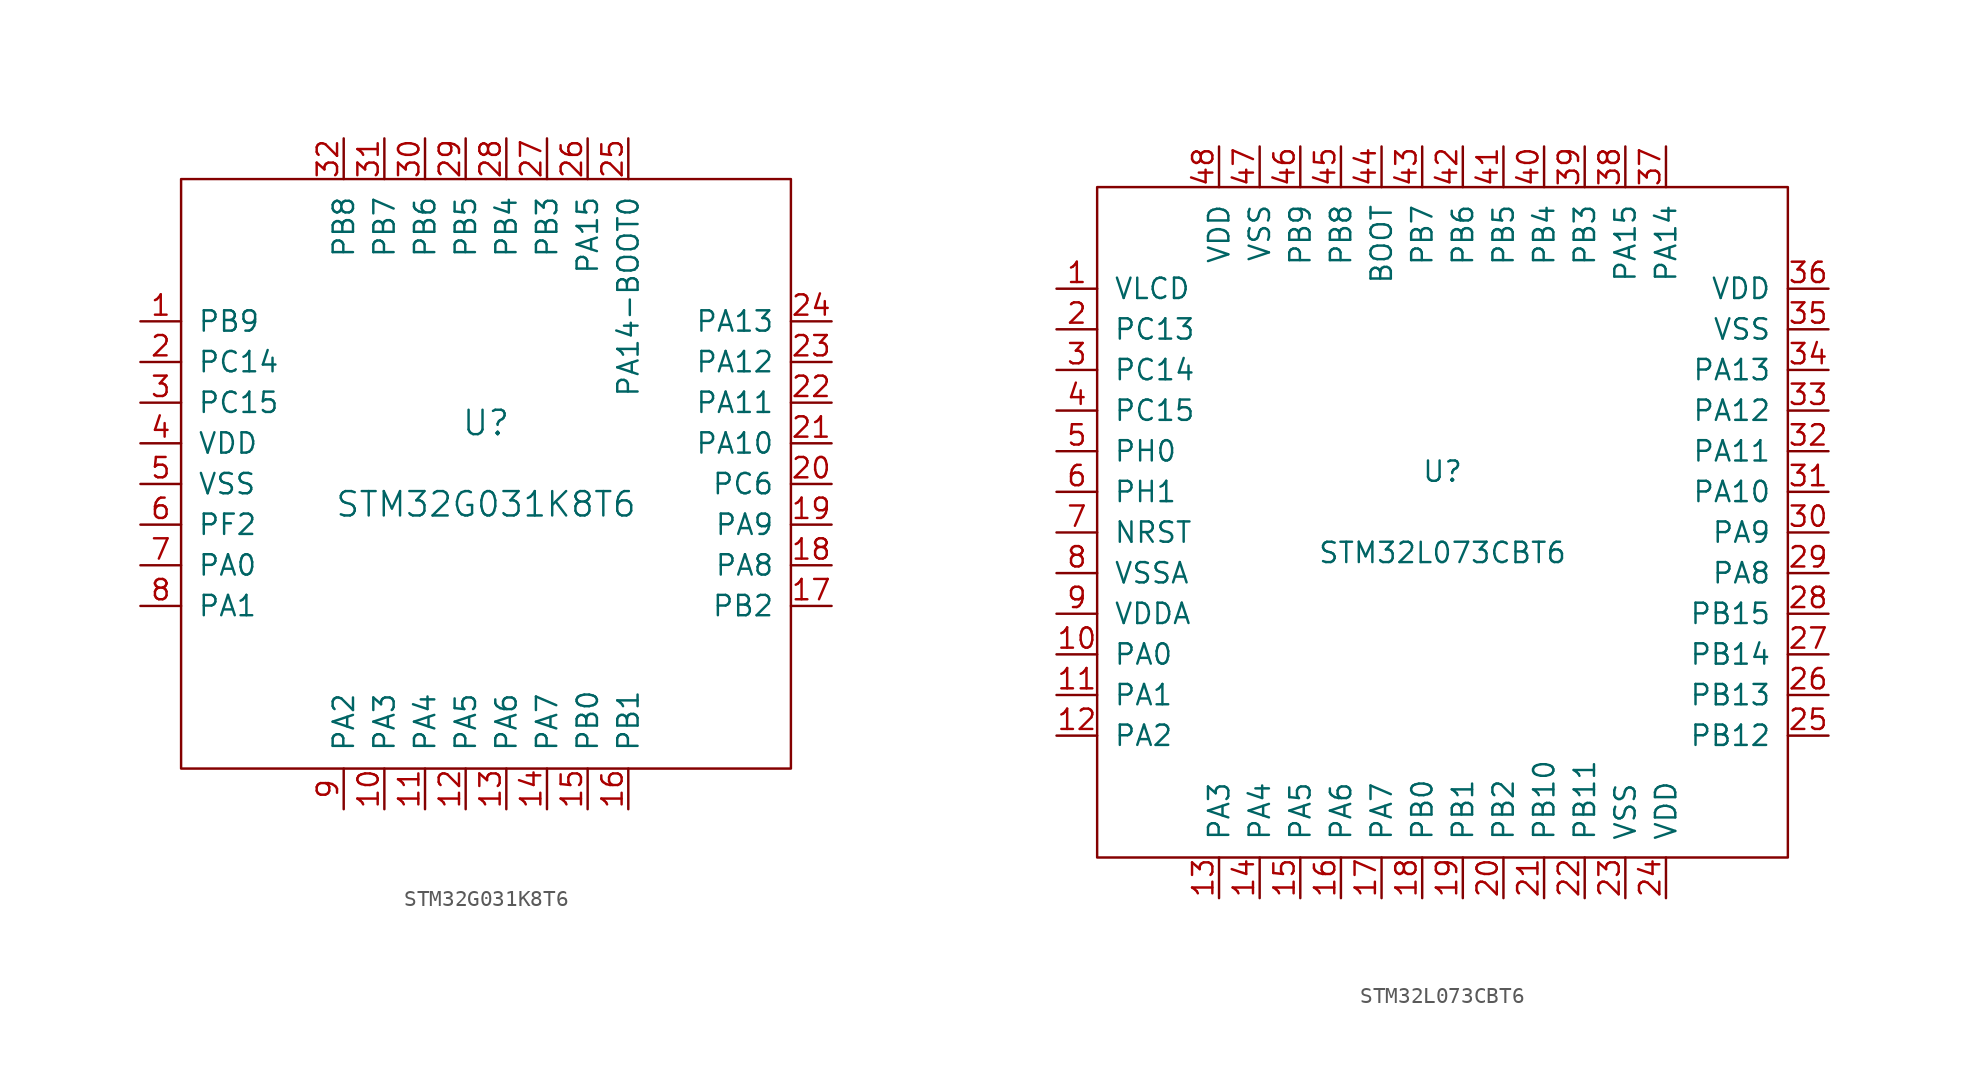
<source format=kicad_sym>
(kicad_symbol_lib
  (version 20201005)
  (generator kicad_symbol_editor)
  (symbol "STM32G031K8T6"
    (pin_names
      (offset 1.016))
    (property "Reference" "U"
      (at 0 2.54 0)
      (effects (font (size 1.524 1.524))))
    (property "Value" "STM32G031K8T6"
      (at 0 -2.54 0)
      (effects (font (size 1.524 1.524))))
    (symbol "STM32G031K8T6_0_1"
      (rectangle (start -19.05 17.78) (end 19.05 -19.05) (stroke (width 0)) (fill (type none))))
    (symbol "STM32G031K8T6_1_1"
      (pin bidirectional line (at -21.59 8.89 0) (length 2.54) (name "PB9" (effects (font (size 1.27 1.27)))) (number "1" (effects (font (size 1.27 1.27)))))
      (pin bidirectional line (at -6.35 -21.59 90) (length 2.54) (name "PA3" (effects (font (size 1.27 1.27)))) (number "10" (effects (font (size 1.27 1.27)))))
      (pin bidirectional line (at -3.81 -21.59 90) (length 2.54) (name "PA4" (effects (font (size 1.27 1.27)))) (number "11" (effects (font (size 1.27 1.27)))))
      (pin bidirectional line (at -1.27 -21.59 90) (length 2.54) (name "PA5" (effects (font (size 1.27 1.27)))) (number "12" (effects (font (size 1.27 1.27)))))
      (pin bidirectional line (at 1.27 -21.59 90) (length 2.54) (name "PA6" (effects (font (size 1.27 1.27)))) (number "13" (effects (font (size 1.27 1.27)))))
      (pin bidirectional line (at 3.81 -21.59 90) (length 2.54) (name "PA7" (effects (font (size 1.27 1.27)))) (number "14" (effects (font (size 1.27 1.27)))))
      (pin bidirectional line (at 6.35 -21.59 90) (length 2.54) (name "PB0" (effects (font (size 1.27 1.27)))) (number "15" (effects (font (size 1.27 1.27)))))
      (pin bidirectional line (at 8.89 -21.59 90) (length 2.54) (name "PB1" (effects (font (size 1.27 1.27)))) (number "16" (effects (font (size 1.27 1.27)))))
      (pin bidirectional line (at 21.59 -8.89 180) (length 2.54) (name "PB2" (effects (font (size 1.27 1.27)))) (number "17" (effects (font (size 1.27 1.27)))))
      (pin bidirectional line (at 21.59 -6.35 180) (length 2.54) (name "PA8" (effects (font (size 1.27 1.27)))) (number "18" (effects (font (size 1.27 1.27)))))
      (pin bidirectional line (at 21.59 -3.81 180) (length 2.54) (name "PA9" (effects (font (size 1.27 1.27)))) (number "19" (effects (font (size 1.27 1.27)))))
      (pin bidirectional line (at -21.59 6.35 0) (length 2.54) (name "PC14" (effects (font (size 1.27 1.27)))) (number "2" (effects (font (size 1.27 1.27)))))
      (pin bidirectional line (at 21.59 -1.27 180) (length 2.54) (name "PC6" (effects (font (size 1.27 1.27)))) (number "20" (effects (font (size 1.27 1.27)))))
      (pin bidirectional line (at 21.59 1.27 180) (length 2.54) (name "PA10" (effects (font (size 1.27 1.27)))) (number "21" (effects (font (size 1.27 1.27)))))
      (pin power_in line (at 21.59 3.81 180) (length 2.54) (name "PA11" (effects (font (size 1.27 1.27)))) (number "22" (effects (font (size 1.27 1.27)))))
      (pin bidirectional line (at 21.59 6.35 180) (length 2.54) (name "PA12" (effects (font (size 1.27 1.27)))) (number "23" (effects (font (size 1.27 1.27)))))
      (pin bidirectional line (at 21.59 8.89 180) (length 2.54) (name "PA13" (effects (font (size 1.27 1.27)))) (number "24" (effects (font (size 1.27 1.27)))))
      (pin bidirectional line (at 8.89 20.32 270) (length 2.54) (name "PA14-BOOT0" (effects (font (size 1.27 1.27)))) (number "25" (effects (font (size 1.27 1.27)))))
      (pin bidirectional line (at 6.35 20.32 270) (length 2.54) (name "PA15" (effects (font (size 1.27 1.27)))) (number "26" (effects (font (size 1.27 1.27)))))
      (pin bidirectional line (at 3.81 20.32 270) (length 2.54) (name "PB3" (effects (font (size 1.27 1.27)))) (number "27" (effects (font (size 1.27 1.27)))))
      (pin bidirectional line (at 1.27 20.32 270) (length 2.54) (name "PB4" (effects (font (size 1.27 1.27)))) (number "28" (effects (font (size 1.27 1.27)))))
      (pin bidirectional line (at -1.27 20.32 270) (length 2.54) (name "PB5" (effects (font (size 1.27 1.27)))) (number "29" (effects (font (size 1.27 1.27)))))
      (pin bidirectional line (at -21.59 3.81 0) (length 2.54) (name "PC15" (effects (font (size 1.27 1.27)))) (number "3" (effects (font (size 1.27 1.27)))))
      (pin bidirectional line (at -3.81 20.32 270) (length 2.54) (name "PB6" (effects (font (size 1.27 1.27)))) (number "30" (effects (font (size 1.27 1.27)))))
      (pin bidirectional line (at -6.35 20.32 270) (length 2.54) (name "PB7" (effects (font (size 1.27 1.27)))) (number "31" (effects (font (size 1.27 1.27)))))
      (pin bidirectional line (at -8.89 20.32 270) (length 2.54) (name "PB8" (effects (font (size 1.27 1.27)))) (number "32" (effects (font (size 1.27 1.27)))))
      (pin power_in line (at -21.59 1.27 0) (length 2.54) (name "VDD" (effects (font (size 1.27 1.27)))) (number "4" (effects (font (size 1.27 1.27)))))
      (pin power_in line (at -21.59 -1.27 0) (length 2.54) (name "VSS" (effects (font (size 1.27 1.27)))) (number "5" (effects (font (size 1.27 1.27)))))
      (pin bidirectional line (at -21.59 -3.81 0) (length 2.54) (name "PF2" (effects (font (size 1.27 1.27)))) (number "6" (effects (font (size 1.27 1.27)))))
      (pin bidirectional line (at -21.59 -6.35 0) (length 2.54) (name "PA0" (effects (font (size 1.27 1.27)))) (number "7" (effects (font (size 1.27 1.27)))))
      (pin bidirectional line (at -21.59 -8.89 0) (length 2.54) (name "PA1" (effects (font (size 1.27 1.27)))) (number "8" (effects (font (size 1.27 1.27)))))
      (pin bidirectional line (at -8.89 -21.59 90) (length 2.54) (name "PA2" (effects (font (size 1.27 1.27)))) (number "9" (effects (font (size 1.27 1.27)))))))
  (symbol "STM32L073CBT6"
    (pin_names
      (offset 1.016))
    (property "Reference" "U"
      (at 0 2.54 0)
      (effects (font (size 1.27 1.27))))
    (property "Value" "STM32L073CBT6"
      (at 0 -2.54 0)
      (effects (font (size 1.27 1.27))))
    (symbol "STM32L073CBT6_0_0"
      (pin bidirectional line (at -24.13 3.81 0) (length 2.54) (name "PH0" (effects (font (size 1.27 1.27)))) (number "5" (effects (font (size 1.27 1.27))))))
    (symbol "STM32L073CBT6_0_1"
      (rectangle (start -21.59 20.32) (end 21.59 -21.59) (stroke (width 0)) (fill (type none))))
    (symbol "STM32L073CBT6_1_1"
      (pin power_in line (at -24.13 13.97 0) (length 2.54) (name "VLCD" (effects (font (size 1.27 1.27)))) (number "1" (effects (font (size 1.27 1.27)))))
      (pin bidirectional line (at -24.13 -8.89 0) (length 2.54) (name "PA0" (effects (font (size 1.27 1.27)))) (number "10" (effects (font (size 1.27 1.27)))))
      (pin bidirectional line (at -24.13 -11.43 0) (length 2.54) (name "PA1" (effects (font (size 1.27 1.27)))) (number "11" (effects (font (size 1.27 1.27)))))
      (pin bidirectional line (at -24.13 -13.97 0) (length 2.54) (name "PA2" (effects (font (size 1.27 1.27)))) (number "12" (effects (font (size 1.27 1.27)))))
      (pin bidirectional line (at -13.97 -24.13 90) (length 2.54) (name "PA3" (effects (font (size 1.27 1.27)))) (number "13" (effects (font (size 1.27 1.27)))))
      (pin bidirectional line (at -11.43 -24.13 90) (length 2.54) (name "PA4" (effects (font (size 1.27 1.27)))) (number "14" (effects (font (size 1.27 1.27)))))
      (pin bidirectional line (at -8.89 -24.13 90) (length 2.54) (name "PA5" (effects (font (size 1.27 1.27)))) (number "15" (effects (font (size 1.27 1.27)))))
      (pin bidirectional line (at -6.35 -24.13 90) (length 2.54) (name "PA6" (effects (font (size 1.27 1.27)))) (number "16" (effects (font (size 1.27 1.27)))))
      (pin bidirectional line (at -3.81 -24.13 90) (length 2.54) (name "PA7" (effects (font (size 1.27 1.27)))) (number "17" (effects (font (size 1.27 1.27)))))
      (pin bidirectional line (at -1.27 -24.13 90) (length 2.54) (name "PB0" (effects (font (size 1.27 1.27)))) (number "18" (effects (font (size 1.27 1.27)))))
      (pin bidirectional line (at 1.27 -24.13 90) (length 2.54) (name "PB1" (effects (font (size 1.27 1.27)))) (number "19" (effects (font (size 1.27 1.27)))))
      (pin bidirectional line (at -24.13 11.43 0) (length 2.54) (name "PC13" (effects (font (size 1.27 1.27)))) (number "2" (effects (font (size 1.27 1.27)))))
      (pin bidirectional line (at 3.81 -24.13 90) (length 2.54) (name "PB2" (effects (font (size 1.27 1.27)))) (number "20" (effects (font (size 1.27 1.27)))))
      (pin bidirectional line (at 6.35 -24.13 90) (length 2.54) (name "PB10" (effects (font (size 1.27 1.27)))) (number "21" (effects (font (size 1.27 1.27)))))
      (pin bidirectional line (at 8.89 -24.13 90) (length 2.54) (name "PB11" (effects (font (size 1.27 1.27)))) (number "22" (effects (font (size 1.27 1.27)))))
      (pin power_in line (at 11.43 -24.13 90) (length 2.54) (name "VSS" (effects (font (size 1.27 1.27)))) (number "23" (effects (font (size 1.27 1.27)))))
      (pin power_in line (at 13.97 -24.13 90) (length 2.54) (name "VDD" (effects (font (size 1.27 1.27)))) (number "24" (effects (font (size 1.27 1.27)))))
      (pin bidirectional line (at 24.13 -13.97 180) (length 2.54) (name "PB12" (effects (font (size 1.27 1.27)))) (number "25" (effects (font (size 1.27 1.27)))))
      (pin bidirectional line (at 24.13 -11.43 180) (length 2.54) (name "PB13" (effects (font (size 1.27 1.27)))) (number "26" (effects (font (size 1.27 1.27)))))
      (pin bidirectional line (at 24.13 -8.89 180) (length 2.54) (name "PB14" (effects (font (size 1.27 1.27)))) (number "27" (effects (font (size 1.27 1.27)))))
      (pin bidirectional line (at 24.13 -6.35 180) (length 2.54) (name "PB15" (effects (font (size 1.27 1.27)))) (number "28" (effects (font (size 1.27 1.27)))))
      (pin bidirectional line (at 24.13 -3.81 180) (length 2.54) (name "PA8" (effects (font (size 1.27 1.27)))) (number "29" (effects (font (size 1.27 1.27)))))
      (pin bidirectional line (at -24.13 8.89 0) (length 2.54) (name "PC14" (effects (font (size 1.27 1.27)))) (number "3" (effects (font (size 1.27 1.27)))))
      (pin bidirectional line (at 24.13 -1.27 180) (length 2.54) (name "PA9" (effects (font (size 1.27 1.27)))) (number "30" (effects (font (size 1.27 1.27)))))
      (pin bidirectional line (at 24.13 1.27 180) (length 2.54) (name "PA10" (effects (font (size 1.27 1.27)))) (number "31" (effects (font (size 1.27 1.27)))))
      (pin bidirectional line (at 24.13 3.81 180) (length 2.54) (name "PA11" (effects (font (size 1.27 1.27)))) (number "32" (effects (font (size 1.27 1.27)))))
      (pin bidirectional line (at 24.13 6.35 180) (length 2.54) (name "PA12" (effects (font (size 1.27 1.27)))) (number "33" (effects (font (size 1.27 1.27)))))
      (pin bidirectional line (at 24.13 8.89 180) (length 2.54) (name "PA13" (effects (font (size 1.27 1.27)))) (number "34" (effects (font (size 1.27 1.27)))))
      (pin power_in line (at 24.13 11.43 180) (length 2.54) (name "VSS" (effects (font (size 1.27 1.27)))) (number "35" (effects (font (size 1.27 1.27)))))
      (pin power_in line (at 24.13 13.97 180) (length 2.54) (name "VDD" (effects (font (size 1.27 1.27)))) (number "36" (effects (font (size 1.27 1.27)))))
      (pin bidirectional line (at 13.97 22.86 270) (length 2.54) (name "PA14" (effects (font (size 1.27 1.27)))) (number "37" (effects (font (size 1.27 1.27)))))
      (pin bidirectional line (at 11.43 22.86 270) (length 2.54) (name "PA15" (effects (font (size 1.27 1.27)))) (number "38" (effects (font (size 1.27 1.27)))))
      (pin bidirectional line (at 8.89 22.86 270) (length 2.54) (name "PB3" (effects (font (size 1.27 1.27)))) (number "39" (effects (font (size 1.27 1.27)))))
      (pin bidirectional line (at -24.13 6.35 0) (length 2.54) (name "PC15" (effects (font (size 1.27 1.27)))) (number "4" (effects (font (size 1.27 1.27)))))
      (pin bidirectional line (at 6.35 22.86 270) (length 2.54) (name "PB4" (effects (font (size 1.27 1.27)))) (number "40" (effects (font (size 1.27 1.27)))))
      (pin bidirectional line (at 3.81 22.86 270) (length 2.54) (name "PB5" (effects (font (size 1.27 1.27)))) (number "41" (effects (font (size 1.27 1.27)))))
      (pin bidirectional line (at 1.27 22.86 270) (length 2.54) (name "PB6" (effects (font (size 1.27 1.27)))) (number "42" (effects (font (size 1.27 1.27)))))
      (pin bidirectional line (at -1.27 22.86 270) (length 2.54) (name "PB7" (effects (font (size 1.27 1.27)))) (number "43" (effects (font (size 1.27 1.27)))))
      (pin bidirectional line (at -3.81 22.86 270) (length 2.54) (name "BOOT" (effects (font (size 1.27 1.27)))) (number "44" (effects (font (size 1.27 1.27)))))
      (pin bidirectional line (at -6.35 22.86 270) (length 2.54) (name "PB8" (effects (font (size 1.27 1.27)))) (number "45" (effects (font (size 1.27 1.27)))))
      (pin bidirectional line (at -8.89 22.86 270) (length 2.54) (name "PB9" (effects (font (size 1.27 1.27)))) (number "46" (effects (font (size 1.27 1.27)))))
      (pin power_in line (at -11.43 22.86 270) (length 2.54) (name "VSS" (effects (font (size 1.27 1.27)))) (number "47" (effects (font (size 1.27 1.27)))))
      (pin power_in line (at -13.97 22.86 270) (length 2.54) (name "VDD" (effects (font (size 1.27 1.27)))) (number "48" (effects (font (size 1.27 1.27)))))
      (pin bidirectional line (at -24.13 1.27 0) (length 2.54) (name "PH1" (effects (font (size 1.27 1.27)))) (number "6" (effects (font (size 1.27 1.27)))))
      (pin input line (at -24.13 -1.27 0) (length 2.54) (name "NRST" (effects (font (size 1.27 1.27)))) (number "7" (effects (font (size 1.27 1.27)))))
      (pin power_in line (at -24.13 -3.81 0) (length 2.54) (name "VSSA" (effects (font (size 1.27 1.27)))) (number "8" (effects (font (size 1.27 1.27)))))
      (pin power_in line (at -24.13 -6.35 0) (length 2.54) (name "VDDA" (effects (font (size 1.27 1.27)))) (number "9" (effects (font (size 1.27 1.27))))))))
</source>
